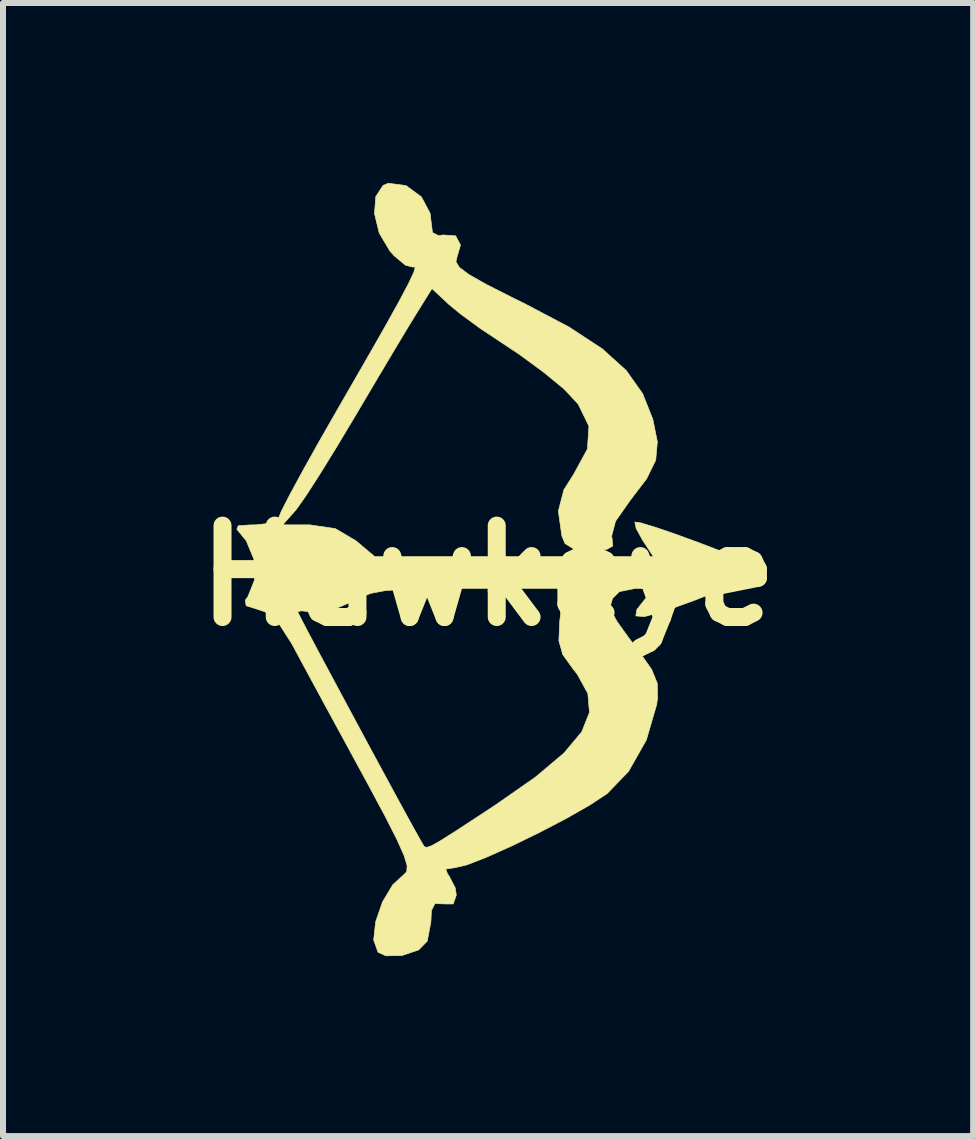
<source format=kicad_pcb>
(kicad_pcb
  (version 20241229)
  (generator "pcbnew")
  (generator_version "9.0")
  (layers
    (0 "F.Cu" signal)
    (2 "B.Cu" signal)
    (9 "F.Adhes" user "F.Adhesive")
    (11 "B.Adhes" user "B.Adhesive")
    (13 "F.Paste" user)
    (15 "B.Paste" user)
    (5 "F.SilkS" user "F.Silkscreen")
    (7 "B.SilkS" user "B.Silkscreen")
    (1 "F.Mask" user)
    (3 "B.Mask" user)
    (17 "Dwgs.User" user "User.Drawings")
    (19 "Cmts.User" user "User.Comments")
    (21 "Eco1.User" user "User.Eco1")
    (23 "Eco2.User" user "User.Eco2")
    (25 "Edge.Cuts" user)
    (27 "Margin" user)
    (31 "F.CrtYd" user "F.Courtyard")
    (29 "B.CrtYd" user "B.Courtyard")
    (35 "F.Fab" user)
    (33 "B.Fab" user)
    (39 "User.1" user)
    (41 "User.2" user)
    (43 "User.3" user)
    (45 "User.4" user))
  (footprint "Hawkeye"
    (layer "F.Cu")
    (at 5.087 6.548)
    (property "Reference" "Hawkeye" (at 0 0 0) (layer "F.SilkS") (effects (font (size 1.524 1.524) (thickness 0.3))))
    (attr through_hole)
    (fp_poly (pts (xy -1.367 -6.504) (xy -1.111 -6.316) (xy -0.965 -6.041) (xy -0.953 -5.934) (xy -0.926 -5.721) (xy -0.823 -5.668) (xy -0.753 -5.681) (xy -0.54 -5.666) (xy -0.459 -5.513) (xy -0.515 -5.321) (xy -0.535 -5.234) (xy -0.479 -5.14) (xy -0.318 -5.02) (xy -0.027 -4.855) (xy 0.42 -4.629) (xy 0.617 -4.532) (xy 1.351 -4.145) (xy 1.905 -3.782) (xy 2.305 -3.42) (xy 2.577 -3.036) (xy 2.748 -2.607) (xy 2.823 -2.233) (xy 2.796 -1.926) (xy 2.645 -1.617) (xy 2.372 -1.259) (xy 2.126 -0.908) (xy 2.06 -0.658) (xy 2.068 -0.622) (xy 2.08 -0.494) (xy 1.975 -0.436) (xy 1.713 -0.423) (xy 1.427 -0.446) (xy 1.284 -0.535) (xy 1.231 -0.661) (xy 1.172 -1.078) (xy 1.265 -1.433) (xy 1.429 -1.693) (xy 1.657 -2.112) (xy 1.682 -2.493) (xy 1.502 -2.862) (xy 1.264 -3.115) (xy 0.931 -3.389) (xy 0.521 -3.69) (xy 0.232 -3.882) (xy -0.131 -4.123) (xy -0.461 -4.365) (xy -0.653 -4.523) (xy -0.935 -4.786) (xy -1.19 -4.377) (xy -1.338 -4.136) (xy -1.564 -3.758) (xy -1.842 -3.292) (xy -2.143 -2.783) (xy -2.224 -2.646) (xy -2.52 -2.152) (xy -2.795 -1.706) (xy -3.024 -1.35) (xy -3.182 -1.124) (xy -3.213 -1.085) (xy -3.424 -0.847) (xy -2.971 -0.847) (xy -2.546 -0.785) (xy -2.203 -0.582) (xy -1.889 -0.318) (xy 2.757 -0.318) (xy 2.581 -0.585) (xy 2.47 -0.786) (xy 2.447 -0.895) (xy 2.447 -0.895) (xy 2.556 -0.878) (xy 2.808 -0.801) (xy 3.152 -0.683) (xy 3.534 -0.543) (xy 3.903 -0.401) (xy 4.206 -0.277) (xy 4.389 -0.189) (xy 4.416 -0.17) (xy 4.441 -0.088) (xy 4.342 0.011) (xy 4.099 0.141) (xy 3.688 0.315) (xy 3.406 0.425) (xy 2.916 0.601) (xy 2.605 0.683) (xy 2.464 0.671) (xy 2.481 0.565) (xy 2.592 0.424) (xy 2.713 0.276) (xy 2.677 0.22) (xy 2.462 0.212) (xy 2.19 0.266) (xy 2.075 0.38) (xy 2.045 0.489) (xy 2.063 0.603) (xy 2.151 0.765) (xy 2.333 1.019) (xy 2.519 1.265) (xy 2.729 1.566) (xy 2.822 1.795) (xy 2.827 2.037) (xy 2.812 2.148) (xy 2.64 2.739) (xy 2.342 3.265) (xy 1.985 3.634) (xy 1.699 3.823) (xy 1.306 4.047) (xy 0.856 4.282) (xy 0.396 4.506) (xy -0.024 4.694) (xy -0.356 4.823) (xy -0.548 4.868) (xy -0.704 4.891) (xy -0.674 4.977) (xy -0.656 4.995) (xy -0.547 5.205) (xy -0.529 5.325) (xy -0.58 5.474) (xy -0.741 5.473) (xy -0.885 5.466) (xy -0.944 5.583) (xy -0.953 5.774) (xy -1.013 6.093) (xy -1.157 6.24) (xy -1.437 6.334) (xy -1.704 6.338) (xy -1.834 6.279) (xy -1.907 6.074) (xy -1.874 5.771) (xy -1.76 5.44) (xy -1.587 5.151) (xy -1.41 4.991) (xy -1.356 4.936) (xy -1.349 4.836) (xy -1.401 4.664) (xy -1.521 4.395) (xy -1.721 4.002) (xy -2.012 3.459) (xy -2.117 3.266) (xy -2.429 2.692) (xy -2.727 2.144) (xy -2.987 1.664) (xy -3.185 1.297) (xy -3.274 1.132) (xy -3.497 0.784) (xy -3.717 0.604) (xy -3.724 0.601) (xy -3.175 0.601) (xy -3.127 0.698) (xy -2.997 0.947) (xy -2.802 1.315) (xy -2.559 1.768) (xy -2.288 2.273) (xy -2.007 2.796) (xy -1.733 3.303) (xy -1.484 3.762) (xy -1.279 4.137) (xy -1.135 4.396) (xy -1.092 4.471) (xy -1.065 4.515) (xy -1.025 4.531) (xy -0.942 4.503) (xy -0.788 4.416) (xy -0.531 4.253) (xy -0.143 3.999) (xy 0.131 3.819) (xy 0.791 3.358) (xy 1.265 2.959) (xy 1.562 2.605) (xy 1.691 2.279) (xy 1.664 1.965) (xy 1.488 1.644) (xy 1.417 1.554) (xy 1.246 1.316) (xy 1.181 1.086) (xy 1.195 0.763) (xy 1.2 0.718) (xy 1.26 0.212) (xy -0.316 0.212) (xy -0.941 0.214) (xy -1.394 0.226) (xy -1.715 0.25) (xy -1.946 0.293) (xy -2.126 0.358) (xy -2.272 0.435) (xy -2.613 0.581) (xy -2.905 0.61) (xy -2.913 0.609) (xy -3.109 0.586) (xy -3.175 0.601) (xy -3.724 0.601) (xy -3.838 0.563) (xy -4.033 0.501) (xy -4.048 0.41) (xy -4.004 0.349) (xy -3.892 0.07) (xy -3.904 -0.275) (xy -4.033 -0.584) (xy -4.072 -0.632) (xy -4.188 -0.773) (xy -4.164 -0.833) (xy -3.969 -0.846) (xy -3.879 -0.847) (xy -3.628 -0.874) (xy -3.498 -0.942) (xy -3.493 -0.96) (xy -3.442 -1.084) (xy -3.3 -1.359) (xy -3.085 -1.756) (xy -2.813 -2.242) (xy -2.502 -2.786) (xy -2.068 -3.538) (xy -1.733 -4.124) (xy -1.49 -4.561) (xy -1.328 -4.866) (xy -1.239 -5.054) (xy -1.214 -5.143) (xy -1.245 -5.148) (xy -1.252 -5.144) (xy -1.378 -5.177) (xy -1.567 -5.335) (xy -1.636 -5.412) (xy -1.814 -5.712) (xy -1.893 -6.035) (xy -1.872 -6.32) (xy -1.75 -6.507) (xy -1.662 -6.543) (xy -1.367 -6.504)) (stroke (width 0.01) (type solid)) (fill yes) (layer "F.SilkS")))
  (gr_rect
    (start -3 -3)
    (end 13.175 15.891)
    (stroke (width 0.1) (type default))
    (fill no)
    (layer "Edge.Cuts")))
</source>
